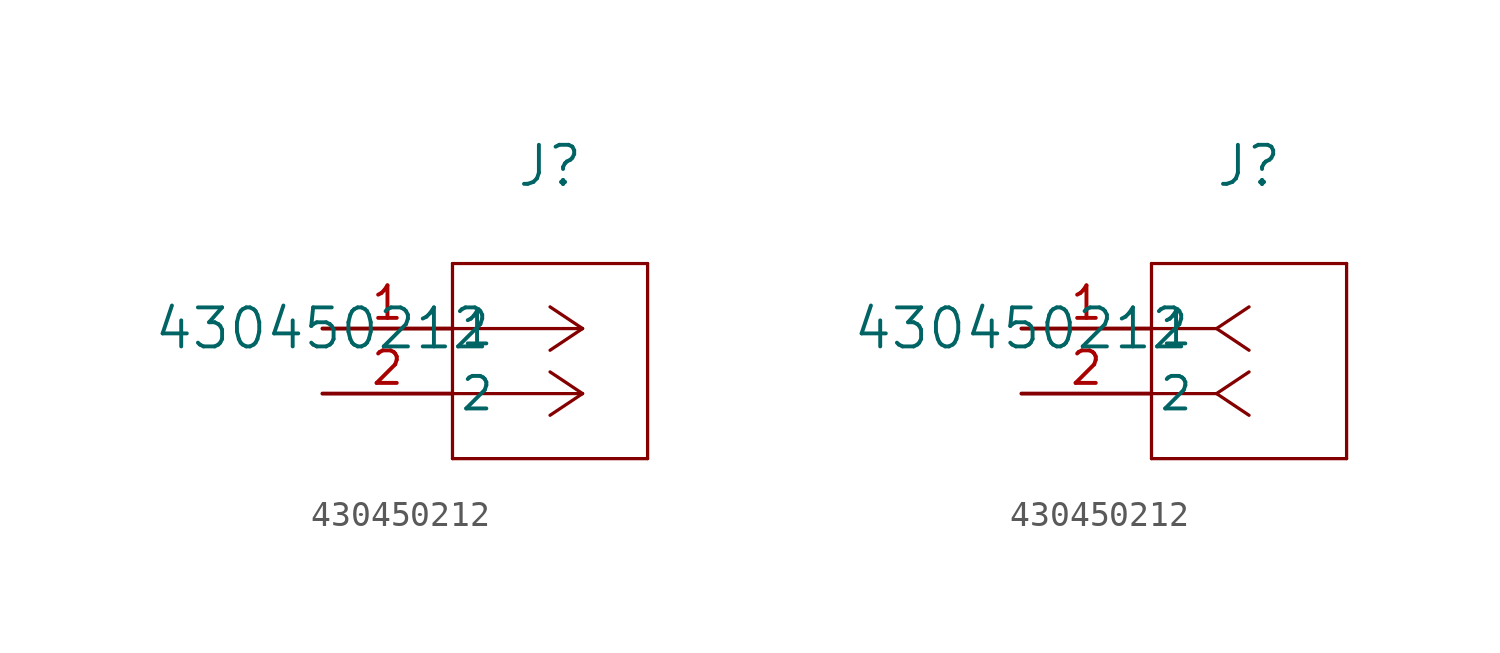
<source format=kicad_sym>
(kicad_symbol_lib
  (version 20211014)
  (generator kicad_symbol_editor)
  (symbol "430450212"
    (pin_names
      (offset 0.254))
    (property "Reference" "J"
      (at 8.89 6.35 0)
      (effects (font (size 1.524 1.524))))
    (property "Value" "430450212"
      (at 0 0 0)
      (effects (font (size 1.524 1.524))))
    (symbol "430450212_1_1"
      (polyline (pts (xy 10.16 0) (xy 5.08 0)) (stroke (width 0.127) (type default) (color 0 0 0 0)) (fill (type none)))
      (polyline (pts (xy 10.16 -2.54) (xy 5.08 -2.54)) (stroke (width 0.127) (type default) (color 0 0 0 0)) (fill (type none)))
      (polyline (pts (xy 10.16 0) (xy 8.89 0.847)) (stroke (width 0.127) (type default) (color 0 0 0 0)) (fill (type none)))
      (polyline (pts (xy 10.16 -2.54) (xy 8.89 -1.693)) (stroke (width 0.127) (type default) (color 0 0 0 0)) (fill (type none)))
      (polyline (pts (xy 10.16 0) (xy 8.89 -0.847)) (stroke (width 0.127) (type default) (color 0 0 0 0)) (fill (type none)))
      (polyline (pts (xy 10.16 -2.54) (xy 8.89 -3.387)) (stroke (width 0.127) (type default) (color 0 0 0 0)) (fill (type none)))
      (polyline (pts (xy 5.08 2.54) (xy 5.08 -5.08)) (stroke (width 0.127) (type default) (color 0 0 0 0)) (fill (type none)))
      (polyline (pts (xy 5.08 -5.08) (xy 12.7 -5.08)) (stroke (width 0.127) (type default) (color 0 0 0 0)) (fill (type none)))
      (polyline (pts (xy 12.7 -5.08) (xy 12.7 2.54)) (stroke (width 0.127) (type default) (color 0 0 0 0)) (fill (type none)))
      (polyline (pts (xy 12.7 2.54) (xy 5.08 2.54)) (stroke (width 0.127) (type default) (color 0 0 0 0)) (fill (type none)))
      (pin unspecified line (at 0 0 0) (length 5.08) (name "1" (effects (font (size 1.27 1.27)))) (number "1" (effects (font (size 1.27 1.27)))))
      (pin unspecified line (at 0 -2.54 0) (length 5.08) (name "2" (effects (font (size 1.27 1.27)))) (number "2" (effects (font (size 1.27 1.27))))))
    (symbol "430450212_1_2"
      (polyline (pts (xy 7.62 0) (xy 5.08 0)) (stroke (width 0.127) (type default) (color 0 0 0 0)) (fill (type none)))
      (polyline (pts (xy 7.62 -2.54) (xy 5.08 -2.54)) (stroke (width 0.127) (type default) (color 0 0 0 0)) (fill (type none)))
      (polyline (pts (xy 7.62 0) (xy 8.89 0.847)) (stroke (width 0.127) (type default) (color 0 0 0 0)) (fill (type none)))
      (polyline (pts (xy 7.62 -2.54) (xy 8.89 -1.693)) (stroke (width 0.127) (type default) (color 0 0 0 0)) (fill (type none)))
      (polyline (pts (xy 7.62 0) (xy 8.89 -0.847)) (stroke (width 0.127) (type default) (color 0 0 0 0)) (fill (type none)))
      (polyline (pts (xy 7.62 -2.54) (xy 8.89 -3.387)) (stroke (width 0.127) (type default) (color 0 0 0 0)) (fill (type none)))
      (polyline (pts (xy 5.08 2.54) (xy 5.08 -5.08)) (stroke (width 0.127) (type default) (color 0 0 0 0)) (fill (type none)))
      (polyline (pts (xy 5.08 -5.08) (xy 12.7 -5.08)) (stroke (width 0.127) (type default) (color 0 0 0 0)) (fill (type none)))
      (polyline (pts (xy 12.7 -5.08) (xy 12.7 2.54)) (stroke (width 0.127) (type default) (color 0 0 0 0)) (fill (type none)))
      (polyline (pts (xy 12.7 2.54) (xy 5.08 2.54)) (stroke (width 0.127) (type default) (color 0 0 0 0)) (fill (type none)))
      (pin unspecified line (at 0 0 0) (length 5.08) (name "1" (effects (font (size 1.27 1.27)))) (number "1" (effects (font (size 1.27 1.27)))))
      (pin unspecified line (at 0 -2.54 0) (length 5.08) (name "2" (effects (font (size 1.27 1.27)))) (number "2" (effects (font (size 1.27 1.27))))))))
</source>
